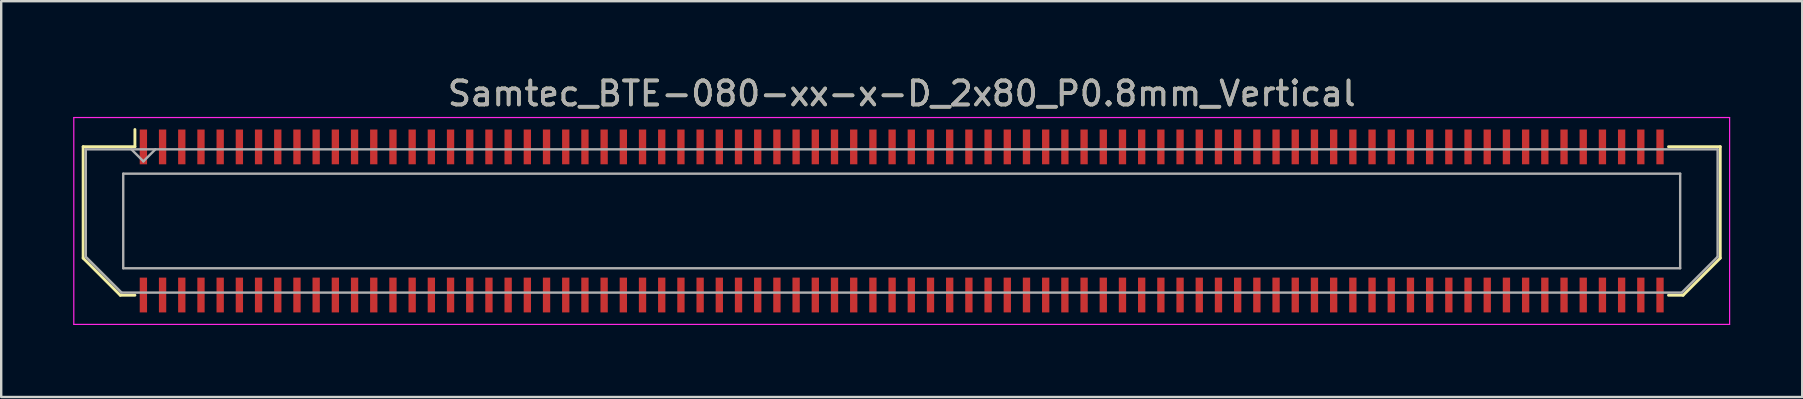
<source format=kicad_pcb>
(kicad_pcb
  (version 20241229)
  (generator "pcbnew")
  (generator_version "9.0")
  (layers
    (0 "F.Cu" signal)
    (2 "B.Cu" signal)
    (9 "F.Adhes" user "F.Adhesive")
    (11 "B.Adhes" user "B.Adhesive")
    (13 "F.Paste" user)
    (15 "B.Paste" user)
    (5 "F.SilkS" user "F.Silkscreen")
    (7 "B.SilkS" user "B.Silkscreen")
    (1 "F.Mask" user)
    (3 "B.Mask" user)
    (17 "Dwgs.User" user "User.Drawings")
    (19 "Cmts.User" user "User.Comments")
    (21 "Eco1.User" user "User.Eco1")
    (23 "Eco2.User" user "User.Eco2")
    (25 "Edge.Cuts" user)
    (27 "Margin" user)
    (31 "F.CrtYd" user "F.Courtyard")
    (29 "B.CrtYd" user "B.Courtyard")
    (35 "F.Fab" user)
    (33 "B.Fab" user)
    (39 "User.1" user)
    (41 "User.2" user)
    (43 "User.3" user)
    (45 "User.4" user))
  (footprint "Samtec_BTE-080-xx-x-D_2x80_P0.8mm_Vertical"
    (layer "F.Cu")
    (at 34.525 6.158)
    (property "Reference" "Samtec_BTE-080-xx-x-D_2x80_P0.8mm_Vertical" (at 0 -5.31 0) (layer "F.SilkS") (effects (font (size 1 1) (thickness 0.15))))
    (attr smd)
    (fp_line (start -34.11 -3.095) (end -34.11 1.548) (stroke (width 0.12) (type solid)) (layer "F.SilkS"))
    (fp_line (start -34.11 1.548) (end -32.562 3.095) (stroke (width 0.12) (type solid)) (layer "F.SilkS"))
    (fp_line (start -32.562 3.095) (end -31.953 3.095) (stroke (width 0.12) (type solid)) (layer "F.SilkS"))
    (fp_line (start -31.953 -3.811) (end -31.953 -3.095) (stroke (width 0.12) (type solid)) (layer "F.SilkS"))
    (fp_line (start -31.953 -3.095) (end -34.11 -3.095) (stroke (width 0.12) (type solid)) (layer "F.SilkS"))
    (fp_line (start 31.953 -3.095) (end 34.11 -3.095) (stroke (width 0.12) (type solid)) (layer "F.SilkS"))
    (fp_line (start 32.562 3.095) (end 31.953 3.095) (stroke (width 0.12) (type solid)) (layer "F.SilkS"))
    (fp_line (start 34.11 -3.095) (end 34.11 1.548) (stroke (width 0.12) (type solid)) (layer "F.SilkS"))
    (fp_line (start 34.11 1.548) (end 32.562 3.095) (stroke (width 0.12) (type solid)) (layer "F.SilkS"))
    (fp_line (start -34.5 -4.31) (end -34.5 4.31) (stroke (width 0.05) (type solid)) (layer "F.CrtYd"))
    (fp_line (start -34.5 4.31) (end 34.5 4.31) (stroke (width 0.05) (type solid)) (layer "F.CrtYd"))
    (fp_line (start 34.5 -4.31) (end -34.5 -4.31) (stroke (width 0.05) (type solid)) (layer "F.CrtYd"))
    (fp_line (start 34.5 4.31) (end 34.5 -4.31) (stroke (width 0.05) (type solid)) (layer "F.CrtYd"))
    (fp_line (start -34 -2.985) (end -34 1.492) (stroke (width 0.1) (type solid)) (layer "F.Fab"))
    (fp_line (start -34 -2.985) (end 34 -2.985) (stroke (width 0.1) (type solid)) (layer "F.Fab"))
    (fp_line (start -34 1.492) (end -32.508 2.985) (stroke (width 0.1) (type solid)) (layer "F.Fab"))
    (fp_line (start -32.508 2.985) (end 32.508 2.985) (stroke (width 0.1) (type solid)) (layer "F.Fab"))
    (fp_line (start -32.44 -1.97) (end -32.44 1.97) (stroke (width 0.1) (type solid)) (layer "F.Fab"))
    (fp_line (start -32.44 1.97) (end 32.44 1.97) (stroke (width 0.1) (type solid)) (layer "F.Fab"))
    (fp_line (start -31.6 -2.485) (end -32.1 -2.985) (stroke (width 0.1) (type solid)) (layer "F.Fab"))
    (fp_line (start -31.1 -2.985) (end -31.6 -2.485) (stroke (width 0.1) (type solid)) (layer "F.Fab"))
    (fp_line (start 32.44 -1.97) (end -32.44 -1.97) (stroke (width 0.1) (type solid)) (layer "F.Fab"))
    (fp_line (start 32.44 1.97) (end 32.44 -1.97) (stroke (width 0.1) (type solid)) (layer "F.Fab"))
    (fp_line (start 34 -2.985) (end 34 1.492) (stroke (width 0.1) (type solid)) (layer "F.Fab"))
    (fp_line (start 34 1.492) (end 32.508 2.985) (stroke (width 0.1) (type solid)) (layer "F.Fab"))
    (fp_text user "${REFERENCE}" (at 0 -5.31 0) (layer "F.Fab") (effects (font (size 1 1) (thickness 0.15))))
    (pad "1" smd rect (at -31.6 -3.086) (size 0.305 1.45) (layers "F.Cu" "F.Mask" "F.Paste"))
    (pad "2" smd rect (at -31.6 3.086) (size 0.305 1.45) (layers "F.Cu" "F.Mask" "F.Paste"))
    (pad "3" smd rect (at -30.8 -3.086) (size 0.305 1.45) (layers "F.Cu" "F.Mask" "F.Paste"))
    (pad "4" smd rect (at -30.8 3.086) (size 0.305 1.45) (layers "F.Cu" "F.Mask" "F.Paste"))
    (pad "5" smd rect (at -30 -3.086) (size 0.305 1.45) (layers "F.Cu" "F.Mask" "F.Paste"))
    (pad "6" smd rect (at -30 3.086) (size 0.305 1.45) (layers "F.Cu" "F.Mask" "F.Paste"))
    (pad "7" smd rect (at -29.2 -3.086) (size 0.305 1.45) (layers "F.Cu" "F.Mask" "F.Paste"))
    (pad "8" smd rect (at -29.2 3.086) (size 0.305 1.45) (layers "F.Cu" "F.Mask" "F.Paste"))
    (pad "9" smd rect (at -28.4 -3.086) (size 0.305 1.45) (layers "F.Cu" "F.Mask" "F.Paste"))
    (pad "10" smd rect (at -28.4 3.086) (size 0.305 1.45) (layers "F.Cu" "F.Mask" "F.Paste"))
    (pad "11" smd rect (at -27.6 -3.086) (size 0.305 1.45) (layers "F.Cu" "F.Mask" "F.Paste"))
    (pad "12" smd rect (at -27.6 3.086) (size 0.305 1.45) (layers "F.Cu" "F.Mask" "F.Paste"))
    (pad "13" smd rect (at -26.8 -3.086) (size 0.305 1.45) (layers "F.Cu" "F.Mask" "F.Paste"))
    (pad "14" smd rect (at -26.8 3.086) (size 0.305 1.45) (layers "F.Cu" "F.Mask" "F.Paste"))
    (pad "15" smd rect (at -26 -3.086) (size 0.305 1.45) (layers "F.Cu" "F.Mask" "F.Paste"))
    (pad "16" smd rect (at -26 3.086) (size 0.305 1.45) (layers "F.Cu" "F.Mask" "F.Paste"))
    (pad "17" smd rect (at -25.2 -3.086) (size 0.305 1.45) (layers "F.Cu" "F.Mask" "F.Paste"))
    (pad "18" smd rect (at -25.2 3.086) (size 0.305 1.45) (layers "F.Cu" "F.Mask" "F.Paste"))
    (pad "19" smd rect (at -24.4 -3.086) (size 0.305 1.45) (layers "F.Cu" "F.Mask" "F.Paste"))
    (pad "20" smd rect (at -24.4 3.086) (size 0.305 1.45) (layers "F.Cu" "F.Mask" "F.Paste"))
    (pad "21" smd rect (at -23.6 -3.086) (size 0.305 1.45) (layers "F.Cu" "F.Mask" "F.Paste"))
    (pad "22" smd rect (at -23.6 3.086) (size 0.305 1.45) (layers "F.Cu" "F.Mask" "F.Paste"))
    (pad "23" smd rect (at -22.8 -3.086) (size 0.305 1.45) (layers "F.Cu" "F.Mask" "F.Paste"))
    (pad "24" smd rect (at -22.8 3.086) (size 0.305 1.45) (layers "F.Cu" "F.Mask" "F.Paste"))
    (pad "25" smd rect (at -22 -3.086) (size 0.305 1.45) (layers "F.Cu" "F.Mask" "F.Paste"))
    (pad "26" smd rect (at -22 3.086) (size 0.305 1.45) (layers "F.Cu" "F.Mask" "F.Paste"))
    (pad "27" smd rect (at -21.2 -3.086) (size 0.305 1.45) (layers "F.Cu" "F.Mask" "F.Paste"))
    (pad "28" smd rect (at -21.2 3.086) (size 0.305 1.45) (layers "F.Cu" "F.Mask" "F.Paste"))
    (pad "29" smd rect (at -20.4 -3.086) (size 0.305 1.45) (layers "F.Cu" "F.Mask" "F.Paste"))
    (pad "30" smd rect (at -20.4 3.086) (size 0.305 1.45) (layers "F.Cu" "F.Mask" "F.Paste"))
    (pad "31" smd rect (at -19.6 -3.086) (size 0.305 1.45) (layers "F.Cu" "F.Mask" "F.Paste"))
    (pad "32" smd rect (at -19.6 3.086) (size 0.305 1.45) (layers "F.Cu" "F.Mask" "F.Paste"))
    (pad "33" smd rect (at -18.8 -3.086) (size 0.305 1.45) (layers "F.Cu" "F.Mask" "F.Paste"))
    (pad "34" smd rect (at -18.8 3.086) (size 0.305 1.45) (layers "F.Cu" "F.Mask" "F.Paste"))
    (pad "35" smd rect (at -18 -3.086) (size 0.305 1.45) (layers "F.Cu" "F.Mask" "F.Paste"))
    (pad "36" smd rect (at -18 3.086) (size 0.305 1.45) (layers "F.Cu" "F.Mask" "F.Paste"))
    (pad "37" smd rect (at -17.2 -3.086) (size 0.305 1.45) (layers "F.Cu" "F.Mask" "F.Paste"))
    (pad "38" smd rect (at -17.2 3.086) (size 0.305 1.45) (layers "F.Cu" "F.Mask" "F.Paste"))
    (pad "39" smd rect (at -16.4 -3.086) (size 0.305 1.45) (layers "F.Cu" "F.Mask" "F.Paste"))
    (pad "40" smd rect (at -16.4 3.086) (size 0.305 1.45) (layers "F.Cu" "F.Mask" "F.Paste"))
    (pad "41" smd rect (at -15.6 -3.086) (size 0.305 1.45) (layers "F.Cu" "F.Mask" "F.Paste"))
    (pad "42" smd rect (at -15.6 3.086) (size 0.305 1.45) (layers "F.Cu" "F.Mask" "F.Paste"))
    (pad "43" smd rect (at -14.8 -3.086) (size 0.305 1.45) (layers "F.Cu" "F.Mask" "F.Paste"))
    (pad "44" smd rect (at -14.8 3.086) (size 0.305 1.45) (layers "F.Cu" "F.Mask" "F.Paste"))
    (pad "45" smd rect (at -14 -3.086) (size 0.305 1.45) (layers "F.Cu" "F.Mask" "F.Paste"))
    (pad "46" smd rect (at -14 3.086) (size 0.305 1.45) (layers "F.Cu" "F.Mask" "F.Paste"))
    (pad "47" smd rect (at -13.2 -3.086) (size 0.305 1.45) (layers "F.Cu" "F.Mask" "F.Paste"))
    (pad "48" smd rect (at -13.2 3.086) (size 0.305 1.45) (layers "F.Cu" "F.Mask" "F.Paste"))
    (pad "49" smd rect (at -12.4 -3.086) (size 0.305 1.45) (layers "F.Cu" "F.Mask" "F.Paste"))
    (pad "50" smd rect (at -12.4 3.086) (size 0.305 1.45) (layers "F.Cu" "F.Mask" "F.Paste"))
    (pad "51" smd rect (at -11.6 -3.086) (size 0.305 1.45) (layers "F.Cu" "F.Mask" "F.Paste"))
    (pad "52" smd rect (at -11.6 3.086) (size 0.305 1.45) (layers "F.Cu" "F.Mask" "F.Paste"))
    (pad "53" smd rect (at -10.8 -3.086) (size 0.305 1.45) (layers "F.Cu" "F.Mask" "F.Paste"))
    (pad "54" smd rect (at -10.8 3.086) (size 0.305 1.45) (layers "F.Cu" "F.Mask" "F.Paste"))
    (pad "55" smd rect (at -10 -3.086) (size 0.305 1.45) (layers "F.Cu" "F.Mask" "F.Paste"))
    (pad "56" smd rect (at -10 3.086) (size 0.305 1.45) (layers "F.Cu" "F.Mask" "F.Paste"))
    (pad "57" smd rect (at -9.2 -3.086) (size 0.305 1.45) (layers "F.Cu" "F.Mask" "F.Paste"))
    (pad "58" smd rect (at -9.2 3.086) (size 0.305 1.45) (layers "F.Cu" "F.Mask" "F.Paste"))
    (pad "59" smd rect (at -8.4 -3.086) (size 0.305 1.45) (layers "F.Cu" "F.Mask" "F.Paste"))
    (pad "60" smd rect (at -8.4 3.086) (size 0.305 1.45) (layers "F.Cu" "F.Mask" "F.Paste"))
    (pad "61" smd rect (at -7.6 -3.086) (size 0.305 1.45) (layers "F.Cu" "F.Mask" "F.Paste"))
    (pad "62" smd rect (at -7.6 3.086) (size 0.305 1.45) (layers "F.Cu" "F.Mask" "F.Paste"))
    (pad "63" smd rect (at -6.8 -3.086) (size 0.305 1.45) (layers "F.Cu" "F.Mask" "F.Paste"))
    (pad "64" smd rect (at -6.8 3.086) (size 0.305 1.45) (layers "F.Cu" "F.Mask" "F.Paste"))
    (pad "65" smd rect (at -6 -3.086) (size 0.305 1.45) (layers "F.Cu" "F.Mask" "F.Paste"))
    (pad "66" smd rect (at -6 3.086) (size 0.305 1.45) (layers "F.Cu" "F.Mask" "F.Paste"))
    (pad "67" smd rect (at -5.2 -3.086) (size 0.305 1.45) (layers "F.Cu" "F.Mask" "F.Paste"))
    (pad "68" smd rect (at -5.2 3.086) (size 0.305 1.45) (layers "F.Cu" "F.Mask" "F.Paste"))
    (pad "69" smd rect (at -4.4 -3.086) (size 0.305 1.45) (layers "F.Cu" "F.Mask" "F.Paste"))
    (pad "70" smd rect (at -4.4 3.086) (size 0.305 1.45) (layers "F.Cu" "F.Mask" "F.Paste"))
    (pad "71" smd rect (at -3.6 -3.086) (size 0.305 1.45) (layers "F.Cu" "F.Mask" "F.Paste"))
    (pad "72" smd rect (at -3.6 3.086) (size 0.305 1.45) (layers "F.Cu" "F.Mask" "F.Paste"))
    (pad "73" smd rect (at -2.8 -3.086) (size 0.305 1.45) (layers "F.Cu" "F.Mask" "F.Paste"))
    (pad "74" smd rect (at -2.8 3.086) (size 0.305 1.45) (layers "F.Cu" "F.Mask" "F.Paste"))
    (pad "75" smd rect (at -2 -3.086) (size 0.305 1.45) (layers "F.Cu" "F.Mask" "F.Paste"))
    (pad "76" smd rect (at -2 3.086) (size 0.305 1.45) (layers "F.Cu" "F.Mask" "F.Paste"))
    (pad "77" smd rect (at -1.2 -3.086) (size 0.305 1.45) (layers "F.Cu" "F.Mask" "F.Paste"))
    (pad "78" smd rect (at -1.2 3.086) (size 0.305 1.45) (layers "F.Cu" "F.Mask" "F.Paste"))
    (pad "79" smd rect (at -0.4 -3.086) (size 0.305 1.45) (layers "F.Cu" "F.Mask" "F.Paste"))
    (pad "80" smd rect (at -0.4 3.086) (size 0.305 1.45) (layers "F.Cu" "F.Mask" "F.Paste"))
    (pad "81" smd rect (at 0.4 -3.086) (size 0.305 1.45) (layers "F.Cu" "F.Mask" "F.Paste"))
    (pad "82" smd rect (at 0.4 3.086) (size 0.305 1.45) (layers "F.Cu" "F.Mask" "F.Paste"))
    (pad "83" smd rect (at 1.2 -3.086) (size 0.305 1.45) (layers "F.Cu" "F.Mask" "F.Paste"))
    (pad "84" smd rect (at 1.2 3.086) (size 0.305 1.45) (layers "F.Cu" "F.Mask" "F.Paste"))
    (pad "85" smd rect (at 2 -3.086) (size 0.305 1.45) (layers "F.Cu" "F.Mask" "F.Paste"))
    (pad "86" smd rect (at 2 3.086) (size 0.305 1.45) (layers "F.Cu" "F.Mask" "F.Paste"))
    (pad "87" smd rect (at 2.8 -3.086) (size 0.305 1.45) (layers "F.Cu" "F.Mask" "F.Paste"))
    (pad "88" smd rect (at 2.8 3.086) (size 0.305 1.45) (layers "F.Cu" "F.Mask" "F.Paste"))
    (pad "89" smd rect (at 3.6 -3.086) (size 0.305 1.45) (layers "F.Cu" "F.Mask" "F.Paste"))
    (pad "90" smd rect (at 3.6 3.086) (size 0.305 1.45) (layers "F.Cu" "F.Mask" "F.Paste"))
    (pad "91" smd rect (at 4.4 -3.086) (size 0.305 1.45) (layers "F.Cu" "F.Mask" "F.Paste"))
    (pad "92" smd rect (at 4.4 3.086) (size 0.305 1.45) (layers "F.Cu" "F.Mask" "F.Paste"))
    (pad "93" smd rect (at 5.2 -3.086) (size 0.305 1.45) (layers "F.Cu" "F.Mask" "F.Paste"))
    (pad "94" smd rect (at 5.2 3.086) (size 0.305 1.45) (layers "F.Cu" "F.Mask" "F.Paste"))
    (pad "95" smd rect (at 6 -3.086) (size 0.305 1.45) (layers "F.Cu" "F.Mask" "F.Paste"))
    (pad "96" smd rect (at 6 3.086) (size 0.305 1.45) (layers "F.Cu" "F.Mask" "F.Paste"))
    (pad "97" smd rect (at 6.8 -3.086) (size 0.305 1.45) (layers "F.Cu" "F.Mask" "F.Paste"))
    (pad "98" smd rect (at 6.8 3.086) (size 0.305 1.45) (layers "F.Cu" "F.Mask" "F.Paste"))
    (pad "99" smd rect (at 7.6 -3.086) (size 0.305 1.45) (layers "F.Cu" "F.Mask" "F.Paste"))
    (pad "100" smd rect (at 7.6 3.086) (size 0.305 1.45) (layers "F.Cu" "F.Mask" "F.Paste"))
    (pad "101" smd rect (at 8.4 -3.086) (size 0.305 1.45) (layers "F.Cu" "F.Mask" "F.Paste"))
    (pad "102" smd rect (at 8.4 3.086) (size 0.305 1.45) (layers "F.Cu" "F.Mask" "F.Paste"))
    (pad "103" smd rect (at 9.2 -3.086) (size 0.305 1.45) (layers "F.Cu" "F.Mask" "F.Paste"))
    (pad "104" smd rect (at 9.2 3.086) (size 0.305 1.45) (layers "F.Cu" "F.Mask" "F.Paste"))
    (pad "105" smd rect (at 10 -3.086) (size 0.305 1.45) (layers "F.Cu" "F.Mask" "F.Paste"))
    (pad "106" smd rect (at 10 3.086) (size 0.305 1.45) (layers "F.Cu" "F.Mask" "F.Paste"))
    (pad "107" smd rect (at 10.8 -3.086) (size 0.305 1.45) (layers "F.Cu" "F.Mask" "F.Paste"))
    (pad "108" smd rect (at 10.8 3.086) (size 0.305 1.45) (layers "F.Cu" "F.Mask" "F.Paste"))
    (pad "109" smd rect (at 11.6 -3.086) (size 0.305 1.45) (layers "F.Cu" "F.Mask" "F.Paste"))
    (pad "110" smd rect (at 11.6 3.086) (size 0.305 1.45) (layers "F.Cu" "F.Mask" "F.Paste"))
    (pad "111" smd rect (at 12.4 -3.086) (size 0.305 1.45) (layers "F.Cu" "F.Mask" "F.Paste"))
    (pad "112" smd rect (at 12.4 3.086) (size 0.305 1.45) (layers "F.Cu" "F.Mask" "F.Paste"))
    (pad "113" smd rect (at 13.2 -3.086) (size 0.305 1.45) (layers "F.Cu" "F.Mask" "F.Paste"))
    (pad "114" smd rect (at 13.2 3.086) (size 0.305 1.45) (layers "F.Cu" "F.Mask" "F.Paste"))
    (pad "115" smd rect (at 14 -3.086) (size 0.305 1.45) (layers "F.Cu" "F.Mask" "F.Paste"))
    (pad "116" smd rect (at 14 3.086) (size 0.305 1.45) (layers "F.Cu" "F.Mask" "F.Paste"))
    (pad "117" smd rect (at 14.8 -3.086) (size 0.305 1.45) (layers "F.Cu" "F.Mask" "F.Paste"))
    (pad "118" smd rect (at 14.8 3.086) (size 0.305 1.45) (layers "F.Cu" "F.Mask" "F.Paste"))
    (pad "119" smd rect (at 15.6 -3.086) (size 0.305 1.45) (layers "F.Cu" "F.Mask" "F.Paste"))
    (pad "120" smd rect (at 15.6 3.086) (size 0.305 1.45) (layers "F.Cu" "F.Mask" "F.Paste"))
    (pad "121" smd rect (at 16.4 -3.086) (size 0.305 1.45) (layers "F.Cu" "F.Mask" "F.Paste"))
    (pad "122" smd rect (at 16.4 3.086) (size 0.305 1.45) (layers "F.Cu" "F.Mask" "F.Paste"))
    (pad "123" smd rect (at 17.2 -3.086) (size 0.305 1.45) (layers "F.Cu" "F.Mask" "F.Paste"))
    (pad "124" smd rect (at 17.2 3.086) (size 0.305 1.45) (layers "F.Cu" "F.Mask" "F.Paste"))
    (pad "125" smd rect (at 18 -3.086) (size 0.305 1.45) (layers "F.Cu" "F.Mask" "F.Paste"))
    (pad "126" smd rect (at 18 3.086) (size 0.305 1.45) (layers "F.Cu" "F.Mask" "F.Paste"))
    (pad "127" smd rect (at 18.8 -3.086) (size 0.305 1.45) (layers "F.Cu" "F.Mask" "F.Paste"))
    (pad "128" smd rect (at 18.8 3.086) (size 0.305 1.45) (layers "F.Cu" "F.Mask" "F.Paste"))
    (pad "129" smd rect (at 19.6 -3.086) (size 0.305 1.45) (layers "F.Cu" "F.Mask" "F.Paste"))
    (pad "130" smd rect (at 19.6 3.086) (size 0.305 1.45) (layers "F.Cu" "F.Mask" "F.Paste"))
    (pad "131" smd rect (at 20.4 -3.086) (size 0.305 1.45) (layers "F.Cu" "F.Mask" "F.Paste"))
    (pad "132" smd rect (at 20.4 3.086) (size 0.305 1.45) (layers "F.Cu" "F.Mask" "F.Paste"))
    (pad "133" smd rect (at 21.2 -3.086) (size 0.305 1.45) (layers "F.Cu" "F.Mask" "F.Paste"))
    (pad "134" smd rect (at 21.2 3.086) (size 0.305 1.45) (layers "F.Cu" "F.Mask" "F.Paste"))
    (pad "135" smd rect (at 22 -3.086) (size 0.305 1.45) (layers "F.Cu" "F.Mask" "F.Paste"))
    (pad "136" smd rect (at 22 3.086) (size 0.305 1.45) (layers "F.Cu" "F.Mask" "F.Paste"))
    (pad "137" smd rect (at 22.8 -3.086) (size 0.305 1.45) (layers "F.Cu" "F.Mask" "F.Paste"))
    (pad "138" smd rect (at 22.8 3.086) (size 0.305 1.45) (layers "F.Cu" "F.Mask" "F.Paste"))
    (pad "139" smd rect (at 23.6 -3.086) (size 0.305 1.45) (layers "F.Cu" "F.Mask" "F.Paste"))
    (pad "140" smd rect (at 23.6 3.086) (size 0.305 1.45) (layers "F.Cu" "F.Mask" "F.Paste"))
    (pad "141" smd rect (at 24.4 -3.086) (size 0.305 1.45) (layers "F.Cu" "F.Mask" "F.Paste"))
    (pad "142" smd rect (at 24.4 3.086) (size 0.305 1.45) (layers "F.Cu" "F.Mask" "F.Paste"))
    (pad "143" smd rect (at 25.2 -3.086) (size 0.305 1.45) (layers "F.Cu" "F.Mask" "F.Paste"))
    (pad "144" smd rect (at 25.2 3.086) (size 0.305 1.45) (layers "F.Cu" "F.Mask" "F.Paste"))
    (pad "145" smd rect (at 26 -3.086) (size 0.305 1.45) (layers "F.Cu" "F.Mask" "F.Paste"))
    (pad "146" smd rect (at 26 3.086) (size 0.305 1.45) (layers "F.Cu" "F.Mask" "F.Paste"))
    (pad "147" smd rect (at 26.8 -3.086) (size 0.305 1.45) (layers "F.Cu" "F.Mask" "F.Paste"))
    (pad "148" smd rect (at 26.8 3.086) (size 0.305 1.45) (layers "F.Cu" "F.Mask" "F.Paste"))
    (pad "149" smd rect (at 27.6 -3.086) (size 0.305 1.45) (layers "F.Cu" "F.Mask" "F.Paste"))
    (pad "150" smd rect (at 27.6 3.086) (size 0.305 1.45) (layers "F.Cu" "F.Mask" "F.Paste"))
    (pad "151" smd rect (at 28.4 -3.086) (size 0.305 1.45) (layers "F.Cu" "F.Mask" "F.Paste"))
    (pad "152" smd rect (at 28.4 3.086) (size 0.305 1.45) (layers "F.Cu" "F.Mask" "F.Paste"))
    (pad "153" smd rect (at 29.2 -3.086) (size 0.305 1.45) (layers "F.Cu" "F.Mask" "F.Paste"))
    (pad "154" smd rect (at 29.2 3.086) (size 0.305 1.45) (layers "F.Cu" "F.Mask" "F.Paste"))
    (pad "155" smd rect (at 30 -3.086) (size 0.305 1.45) (layers "F.Cu" "F.Mask" "F.Paste"))
    (pad "156" smd rect (at 30 3.086) (size 0.305 1.45) (layers "F.Cu" "F.Mask" "F.Paste"))
    (pad "157" smd rect (at 30.8 -3.086) (size 0.305 1.45) (layers "F.Cu" "F.Mask" "F.Paste"))
    (pad "158" smd rect (at 30.8 3.086) (size 0.305 1.45) (layers "F.Cu" "F.Mask" "F.Paste"))
    (pad "159" smd rect (at 31.6 -3.086) (size 0.305 1.45) (layers "F.Cu" "F.Mask" "F.Paste"))
    (pad "160" smd rect (at 31.6 3.086) (size 0.305 1.45) (layers "F.Cu" "F.Mask" "F.Paste")))
  (gr_rect
    (start -3 -3)
    (end 72.05 13.493)
    (stroke (width 0.1) (type default))
    (fill no)
    (layer "Edge.Cuts")))
</source>
